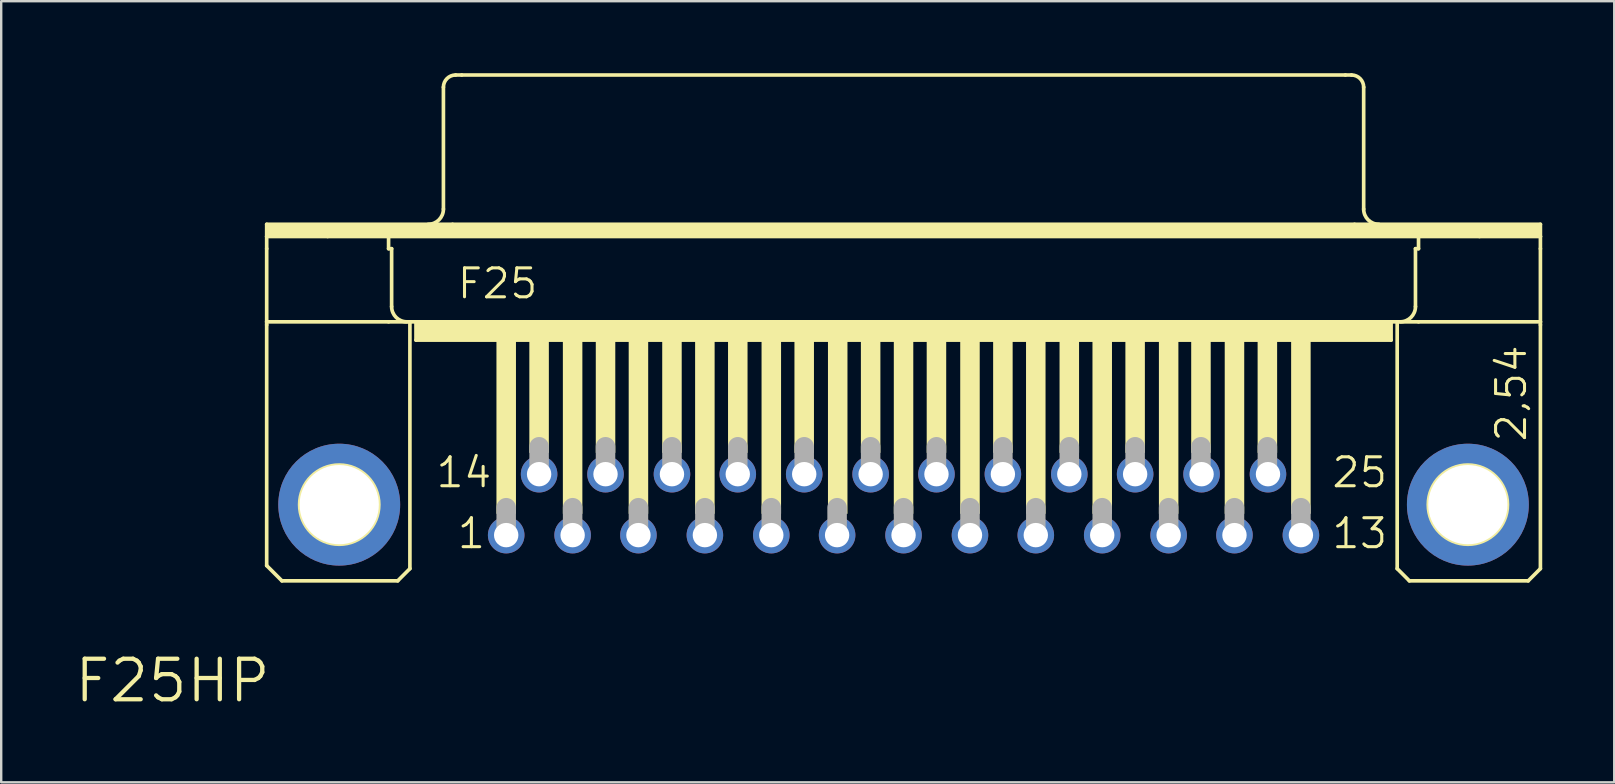
<source format=kicad_pcb>
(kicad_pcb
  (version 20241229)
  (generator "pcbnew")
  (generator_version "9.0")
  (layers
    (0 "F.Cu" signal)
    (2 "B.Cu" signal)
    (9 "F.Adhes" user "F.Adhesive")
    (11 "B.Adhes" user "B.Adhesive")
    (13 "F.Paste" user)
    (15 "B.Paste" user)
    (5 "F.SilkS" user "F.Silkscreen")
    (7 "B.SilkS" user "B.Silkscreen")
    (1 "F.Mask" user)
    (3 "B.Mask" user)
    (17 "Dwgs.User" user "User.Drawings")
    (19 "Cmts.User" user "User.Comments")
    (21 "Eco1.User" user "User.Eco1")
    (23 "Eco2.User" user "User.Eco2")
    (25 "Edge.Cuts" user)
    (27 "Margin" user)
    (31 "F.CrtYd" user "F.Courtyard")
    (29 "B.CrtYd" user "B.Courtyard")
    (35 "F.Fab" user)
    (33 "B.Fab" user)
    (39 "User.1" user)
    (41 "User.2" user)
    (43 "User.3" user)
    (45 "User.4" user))
  (footprint "F25HP"
    (layer "F.Cu")
    (at 34.608 17.983)
    (property "Reference" "F25HP" (at -26.289 6.35 0) (layer "F.SilkS") (effects (font (size 1.689 1.689) (thickness 0.178)) (justify right top)))
    (attr through_hole)
    (fp_line (start -26.543 -11.684) (end -18.796 -11.684) (stroke (width 0.152) (type solid)) (layer "F.SilkS"))
    (fp_line (start -26.543 -11.176) (end -26.543 -11.684) (stroke (width 0.152) (type solid)) (layer "F.SilkS"))
    (fp_line (start -26.543 -11.176) (end -24.003 -11.176) (stroke (width 0.152) (type solid)) (layer "F.SilkS"))
    (fp_line (start -26.543 -10.668) (end -26.543 -11.176) (stroke (width 0.152) (type solid)) (layer "F.SilkS"))
    (fp_line (start -26.543 -7.62) (end -26.543 -10.668) (stroke (width 0.152) (type solid)) (layer "F.SilkS"))
    (fp_line (start -26.543 -7.62) (end -26.543 -7.493) (stroke (width 0.152) (type solid)) (layer "F.SilkS"))
    (fp_line (start -26.543 -7.62) (end -21.463 -7.62) (stroke (width 0.152) (type solid)) (layer "F.SilkS"))
    (fp_line (start -26.543 2.54) (end -26.543 -7.493) (stroke (width 0.152) (type solid)) (layer "F.SilkS"))
    (fp_line (start -25.908 3.175) (end -26.543 2.54) (stroke (width 0.152) (type solid)) (layer "F.SilkS"))
    (fp_line (start -24.003 -11.176) (end -21.463 -11.176) (stroke (width 0.152) (type solid)) (layer "F.SilkS"))
    (fp_line (start -21.463 -11.176) (end 21.463 -11.176) (stroke (width 0.152) (type solid)) (layer "F.SilkS"))
    (fp_line (start -21.463 -10.668) (end -21.463 -11.176) (stroke (width 0.152) (type solid)) (layer "F.SilkS"))
    (fp_line (start -21.463 -10.668) (end -21.336 -10.668) (stroke (width 0.152) (type solid)) (layer "F.SilkS"))
    (fp_line (start -21.463 -7.62) (end -20.574 -7.62) (stroke (width 0.152) (type solid)) (layer "F.SilkS"))
    (fp_line (start -21.336 -8.255) (end -21.336 -10.668) (stroke (width 0.152) (type solid)) (layer "F.SilkS"))
    (fp_line (start -21.082 3.175) (end -25.908 3.175) (stroke (width 0.152) (type solid)) (layer "F.SilkS"))
    (fp_line (start -21.082 3.175) (end -20.574 2.667) (stroke (width 0.152) (type solid)) (layer "F.SilkS"))
    (fp_line (start -20.574 -7.62) (end -20.32 -7.62) (stroke (width 0.152) (type solid)) (layer "F.SilkS"))
    (fp_line (start -20.574 2.667) (end -20.574 -7.62) (stroke (width 0.152) (type solid)) (layer "F.SilkS"))
    (fp_line (start -20.32 -7.62) (end -20.32 -6.858) (stroke (width 0.152) (type solid)) (layer "F.SilkS"))
    (fp_line (start -20.32 -7.62) (end 20.32 -7.62) (stroke (width 0.152) (type solid)) (layer "F.SilkS"))
    (fp_line (start -20.32 -6.858) (end 20.32 -6.858) (stroke (width 0.152) (type solid)) (layer "F.SilkS"))
    (fp_line (start -19.177 -12.319) (end -19.177 -17.399) (stroke (width 0.152) (type solid)) (layer "F.SilkS"))
    (fp_line (start -18.796 -11.684) (end 18.796 -11.684) (stroke (width 0.152) (type solid)) (layer "F.SilkS"))
    (fp_line (start -18.669 -17.907) (end -18.415 -17.907) (stroke (width 0.152) (type solid)) (layer "F.SilkS"))
    (fp_line (start -18.415 -17.907) (end 18.415 -17.907) (stroke (width 0.152) (type solid)) (layer "F.SilkS"))
    (fp_line (start 18.415 -17.907) (end 18.669 -17.907) (stroke (width 0.152) (type solid)) (layer "F.SilkS"))
    (fp_line (start 18.796 -11.684) (end 26.543 -11.684) (stroke (width 0.152) (type solid)) (layer "F.SilkS"))
    (fp_line (start 19.177 -12.319) (end 19.177 -17.399) (stroke (width 0.152) (type solid)) (layer "F.SilkS"))
    (fp_line (start 20.32 -7.62) (end 20.32 -6.858) (stroke (width 0.152) (type solid)) (layer "F.SilkS"))
    (fp_line (start 20.32 -7.62) (end 20.574 -7.62) (stroke (width 0.152) (type solid)) (layer "F.SilkS"))
    (fp_line (start 20.574 -7.62) (end 21.463 -7.62) (stroke (width 0.152) (type solid)) (layer "F.SilkS"))
    (fp_line (start 20.574 2.667) (end 20.574 -7.62) (stroke (width 0.152) (type solid)) (layer "F.SilkS"))
    (fp_line (start 20.574 2.667) (end 21.082 3.175) (stroke (width 0.152) (type solid)) (layer "F.SilkS"))
    (fp_line (start 21.082 3.175) (end 26.035 3.175) (stroke (width 0.152) (type solid)) (layer "F.SilkS"))
    (fp_line (start 21.336 -10.668) (end 21.463 -10.668) (stroke (width 0.152) (type solid)) (layer "F.SilkS"))
    (fp_line (start 21.336 -8.255) (end 21.336 -10.668) (stroke (width 0.152) (type solid)) (layer "F.SilkS"))
    (fp_line (start 21.463 -11.176) (end 24.003 -11.176) (stroke (width 0.152) (type solid)) (layer "F.SilkS"))
    (fp_line (start 21.463 -10.668) (end 21.463 -11.176) (stroke (width 0.152) (type solid)) (layer "F.SilkS"))
    (fp_line (start 21.463 -7.62) (end 26.543 -7.62) (stroke (width 0.152) (type solid)) (layer "F.SilkS"))
    (fp_line (start 24.003 -11.176) (end 26.543 -11.176) (stroke (width 0.152) (type solid)) (layer "F.SilkS"))
    (fp_line (start 26.035 3.175) (end 26.543 2.667) (stroke (width 0.152) (type solid)) (layer "F.SilkS"))
    (fp_line (start 26.543 -11.684) (end 26.543 -11.176) (stroke (width 0.152) (type solid)) (layer "F.SilkS"))
    (fp_line (start 26.543 -11.176) (end 26.543 -10.668) (stroke (width 0.152) (type solid)) (layer "F.SilkS"))
    (fp_line (start 26.543 -10.668) (end 26.543 -7.62) (stroke (width 0.152) (type solid)) (layer "F.SilkS"))
    (fp_line (start 26.543 -7.62) (end 26.543 -7.493) (stroke (width 0.152) (type solid)) (layer "F.SilkS"))
    (fp_line (start 26.543 2.667) (end 26.543 -7.493) (stroke (width 0.152) (type solid)) (layer "F.SilkS"))
    (fp_arc (start -20.701 -7.62) (mid -21.150013 -7.805987) (end -21.336 -8.255) (stroke (width 0.1524) (type solid)) (layer "F.SilkS"))
    (fp_arc (start -19.177 -17.399) (mid -19.02821 -17.75821) (end -18.669 -17.907) (stroke (width 0.1524) (type solid)) (layer "F.SilkS"))
    (fp_arc (start -19.177 -12.319) (mid -19.362987 -11.869987) (end -19.812 -11.684) (stroke (width 0.1524) (type solid)) (layer "F.SilkS"))
    (fp_arc (start 18.669 -17.907) (mid 19.02821 -17.75821) (end 19.177 -17.399) (stroke (width 0.1524) (type solid)) (layer "F.SilkS"))
    (fp_arc (start 19.812 -11.684) (mid 19.362987 -11.869987) (end 19.177 -12.319) (stroke (width 0.1524) (type solid)) (layer "F.SilkS"))
    (fp_arc (start 21.336 -8.255) (mid 21.150013 -7.805987) (end 20.701 -7.62) (stroke (width 0.1524) (type solid)) (layer "F.SilkS"))
    (fp_circle (center -23.52 0) (end -21.869 0) (stroke (width 0.152) (type solid)) (fill no) (layer "F.SilkS"))
    (fp_circle (center 23.52 0) (end 25.171 0) (stroke (width 0.152) (type solid)) (fill no) (layer "F.SilkS"))
    (fp_poly (pts (xy -26.543 -11.176) (xy 26.543 -11.176) (xy 26.543 -11.684) (xy -26.543 -11.684)) (stroke (width 0) (type solid)) (fill yes) (layer "F.SilkS"))
    (fp_poly (pts (xy -20.32 -6.858) (xy 20.32 -6.858) (xy 20.32 -7.62) (xy -20.32 -7.62)) (stroke (width 0) (type solid)) (fill yes) (layer "F.SilkS"))
    (fp_poly (pts (xy -16.967 0.381) (xy -16.154 0.381) (xy -16.154 -6.858) (xy -16.967 -6.858)) (stroke (width 0) (type solid)) (fill yes) (layer "F.SilkS"))
    (fp_poly (pts (xy -15.596 -2.159) (xy -14.783 -2.159) (xy -14.783 -6.858) (xy -15.596 -6.858)) (stroke (width 0) (type solid)) (fill yes) (layer "F.SilkS"))
    (fp_poly (pts (xy -14.199 0.381) (xy -13.386 0.381) (xy -13.386 -6.858) (xy -14.199 -6.858)) (stroke (width 0) (type solid)) (fill yes) (layer "F.SilkS"))
    (fp_poly (pts (xy -12.827 -2.159) (xy -12.014 -2.159) (xy -12.014 -6.858) (xy -12.827 -6.858)) (stroke (width 0) (type solid)) (fill yes) (layer "F.SilkS"))
    (fp_poly (pts (xy -11.455 0.381) (xy -10.643 0.381) (xy -10.643 -6.858) (xy -11.455 -6.858)) (stroke (width 0) (type solid)) (fill yes) (layer "F.SilkS"))
    (fp_poly (pts (xy -10.058 -2.159) (xy -9.246 -2.159) (xy -9.246 -6.858) (xy -10.058 -6.858)) (stroke (width 0) (type solid)) (fill yes) (layer "F.SilkS"))
    (fp_poly (pts (xy -8.687 0.381) (xy -7.874 0.381) (xy -7.874 -6.858) (xy -8.687 -6.858)) (stroke (width 0) (type solid)) (fill yes) (layer "F.SilkS"))
    (fp_poly (pts (xy -7.315 -2.159) (xy -6.502 -2.159) (xy -6.502 -6.858) (xy -7.315 -6.858)) (stroke (width 0) (type solid)) (fill yes) (layer "F.SilkS"))
    (fp_poly (pts (xy -5.918 0.381) (xy -5.105 0.381) (xy -5.105 -6.858) (xy -5.918 -6.858)) (stroke (width 0) (type solid)) (fill yes) (layer "F.SilkS"))
    (fp_poly (pts (xy -4.547 -2.159) (xy -3.734 -2.159) (xy -3.734 -6.858) (xy -4.547 -6.858)) (stroke (width 0) (type solid)) (fill yes) (layer "F.SilkS"))
    (fp_poly (pts (xy -3.15 0.381) (xy -2.337 0.381) (xy -2.337 -6.858) (xy -3.15 -6.858)) (stroke (width 0) (type solid)) (fill yes) (layer "F.SilkS"))
    (fp_poly (pts (xy -1.778 -2.159) (xy -0.965 -2.159) (xy -0.965 -6.858) (xy -1.778 -6.858)) (stroke (width 0) (type solid)) (fill yes) (layer "F.SilkS"))
    (fp_poly (pts (xy -0.406 0.381) (xy 0.406 0.381) (xy 0.406 -6.858) (xy -0.406 -6.858)) (stroke (width 0) (type solid)) (fill yes) (layer "F.SilkS"))
    (fp_poly (pts (xy 0.965 -2.159) (xy 1.778 -2.159) (xy 1.778 -6.858) (xy 0.965 -6.858)) (stroke (width 0) (type solid)) (fill yes) (layer "F.SilkS"))
    (fp_poly (pts (xy 2.362 0.381) (xy 3.175 0.381) (xy 3.175 -6.858) (xy 2.362 -6.858)) (stroke (width 0) (type solid)) (fill yes) (layer "F.SilkS"))
    (fp_poly (pts (xy 3.734 -2.159) (xy 4.547 -2.159) (xy 4.547 -6.858) (xy 3.734 -6.858)) (stroke (width 0) (type solid)) (fill yes) (layer "F.SilkS"))
    (fp_poly (pts (xy 5.105 0.381) (xy 5.918 0.381) (xy 5.918 -6.858) (xy 5.105 -6.858)) (stroke (width 0) (type solid)) (fill yes) (layer "F.SilkS"))
    (fp_poly (pts (xy 6.502 -2.159) (xy 7.315 -2.159) (xy 7.315 -6.858) (xy 6.502 -6.858)) (stroke (width 0) (type solid)) (fill yes) (layer "F.SilkS"))
    (fp_poly (pts (xy 7.874 0.381) (xy 8.687 0.381) (xy 8.687 -6.858) (xy 7.874 -6.858)) (stroke (width 0) (type solid)) (fill yes) (layer "F.SilkS"))
    (fp_poly (pts (xy 9.246 -2.159) (xy 10.058 -2.159) (xy 10.058 -6.858) (xy 9.246 -6.858)) (stroke (width 0) (type solid)) (fill yes) (layer "F.SilkS"))
    (fp_poly (pts (xy 10.643 0.381) (xy 11.455 0.381) (xy 11.455 -6.858) (xy 10.643 -6.858)) (stroke (width 0) (type solid)) (fill yes) (layer "F.SilkS"))
    (fp_poly (pts (xy 11.989 -2.159) (xy 12.802 -2.159) (xy 12.802 -6.858) (xy 11.989 -6.858)) (stroke (width 0) (type solid)) (fill yes) (layer "F.SilkS"))
    (fp_poly (pts (xy 13.386 0.381) (xy 14.199 0.381) (xy 14.199 -6.858) (xy 13.386 -6.858)) (stroke (width 0) (type solid)) (fill yes) (layer "F.SilkS"))
    (fp_poly (pts (xy 14.757 -2.159) (xy 15.57 -2.159) (xy 15.57 -6.858) (xy 14.757 -6.858)) (stroke (width 0) (type solid)) (fill yes) (layer "F.SilkS"))
    (fp_poly (pts (xy 16.154 0.381) (xy 16.967 0.381) (xy 16.967 -6.858) (xy 16.154 -6.858)) (stroke (width 0) (type solid)) (fill yes) (layer "F.SilkS"))
    (fp_line (start -16.561 1.143) (end -16.561 0.127) (stroke (width 0.813) (type solid)) (layer "F.Fab"))
    (fp_line (start -15.189 -1.397) (end -15.189 -2.413) (stroke (width 0.813) (type solid)) (layer "F.Fab"))
    (fp_line (start -13.792 1.143) (end -13.792 0.127) (stroke (width 0.813) (type solid)) (layer "F.Fab"))
    (fp_line (start -12.421 -1.397) (end -12.421 -2.413) (stroke (width 0.813) (type solid)) (layer "F.Fab"))
    (fp_line (start -11.049 1.143) (end -11.049 0.127) (stroke (width 0.813) (type solid)) (layer "F.Fab"))
    (fp_line (start -9.652 -1.397) (end -9.652 -2.413) (stroke (width 0.813) (type solid)) (layer "F.Fab"))
    (fp_line (start -8.28 1.143) (end -8.28 0.127) (stroke (width 0.813) (type solid)) (layer "F.Fab"))
    (fp_line (start -6.909 -1.397) (end -6.909 -2.413) (stroke (width 0.813) (type solid)) (layer "F.Fab"))
    (fp_line (start -5.512 1.143) (end -5.512 0.127) (stroke (width 0.813) (type solid)) (layer "F.Fab"))
    (fp_line (start -4.14 -1.397) (end -4.14 -2.413) (stroke (width 0.813) (type solid)) (layer "F.Fab"))
    (fp_line (start -2.769 1.143) (end -2.769 0.127) (stroke (width 0.813) (type solid)) (layer "F.Fab"))
    (fp_line (start -1.372 -1.397) (end -1.372 -2.413) (stroke (width 0.813) (type solid)) (layer "F.Fab"))
    (fp_line (start 0 1.143) (end 0 0.127) (stroke (width 0.813) (type solid)) (layer "F.Fab"))
    (fp_line (start 1.372 -1.397) (end 1.372 -2.413) (stroke (width 0.813) (type solid)) (layer "F.Fab"))
    (fp_line (start 2.769 1.143) (end 2.769 0.127) (stroke (width 0.813) (type solid)) (layer "F.Fab"))
    (fp_line (start 4.14 -1.397) (end 4.14 -2.413) (stroke (width 0.813) (type solid)) (layer "F.Fab"))
    (fp_line (start 5.512 1.143) (end 5.512 0.127) (stroke (width 0.813) (type solid)) (layer "F.Fab"))
    (fp_line (start 6.909 -1.397) (end 6.909 -2.413) (stroke (width 0.813) (type solid)) (layer "F.Fab"))
    (fp_line (start 8.28 1.143) (end 8.28 0.127) (stroke (width 0.813) (type solid)) (layer "F.Fab"))
    (fp_line (start 9.652 -1.397) (end 9.652 -2.413) (stroke (width 0.813) (type solid)) (layer "F.Fab"))
    (fp_line (start 11.049 1.143) (end 11.049 0.127) (stroke (width 0.813) (type solid)) (layer "F.Fab"))
    (fp_line (start 12.395 -1.397) (end 12.395 -2.413) (stroke (width 0.813) (type solid)) (layer "F.Fab"))
    (fp_line (start 13.792 1.143) (end 13.792 0.127) (stroke (width 0.813) (type solid)) (layer "F.Fab"))
    (fp_line (start 15.164 -1.397) (end 15.164 -2.413) (stroke (width 0.813) (type solid)) (layer "F.Fab"))
    (fp_line (start 16.561 1.143) (end 16.561 0.127) (stroke (width 0.813) (type solid)) (layer "F.Fab"))
    (fp_text user "1" (at -18.669 1.905 0) (layer "F.SilkS") (effects (font (size 1.206 1.206) (thickness 0.127)) (justify left bottom)))
    (fp_text user "2,54" (at 26.035 -2.54 90) (layer "F.SilkS") (effects (font (size 1.206 1.206) (thickness 0.127)) (justify left bottom)))
    (fp_text user "13" (at 17.78 1.905 0) (layer "F.SilkS") (effects (font (size 1.206 1.206) (thickness 0.127)) (justify left bottom)))
    (fp_text user "25" (at 17.78 -0.635 0) (layer "F.SilkS") (effects (font (size 1.206 1.206) (thickness 0.127)) (justify left bottom)))
    (fp_text user "14" (at -19.558 -0.635 0) (layer "F.SilkS") (effects (font (size 1.206 1.206) (thickness 0.127)) (justify left bottom)))
    (fp_text user "F25" (at -18.669 -8.509 0) (layer "F.SilkS") (effects (font (size 1.206 1.206) (thickness 0.127)) (justify left bottom)))
    (pad "1" thru_hole circle (at -16.561 1.27) (size 1.524 1.524) (drill 1.016) (layers "*.Cu" "*.Mask"))
    (pad "2" thru_hole circle (at -13.792 1.27) (size 1.524 1.524) (drill 1.016) (layers "*.Cu" "*.Mask"))
    (pad "3" thru_hole circle (at -11.049 1.27) (size 1.524 1.524) (drill 1.016) (layers "*.Cu" "*.Mask"))
    (pad "4" thru_hole circle (at -8.28 1.27) (size 1.524 1.524) (drill 1.016) (layers "*.Cu" "*.Mask"))
    (pad "5" thru_hole circle (at -5.512 1.27) (size 1.524 1.524) (drill 1.016) (layers "*.Cu" "*.Mask"))
    (pad "6" thru_hole circle (at -2.769 1.27) (size 1.524 1.524) (drill 1.016) (layers "*.Cu" "*.Mask"))
    (pad "7" thru_hole circle (at 0 1.27) (size 1.524 1.524) (drill 1.016) (layers "*.Cu" "*.Mask"))
    (pad "8" thru_hole circle (at 2.769 1.27) (size 1.524 1.524) (drill 1.016) (layers "*.Cu" "*.Mask"))
    (pad "9" thru_hole circle (at 5.512 1.27) (size 1.524 1.524) (drill 1.016) (layers "*.Cu" "*.Mask"))
    (pad "10" thru_hole circle (at 8.28 1.27) (size 1.524 1.524) (drill 1.016) (layers "*.Cu" "*.Mask"))
    (pad "11" thru_hole circle (at 11.049 1.27) (size 1.524 1.524) (drill 1.016) (layers "*.Cu" "*.Mask"))
    (pad "12" thru_hole circle (at 13.792 1.27) (size 1.524 1.524) (drill 1.016) (layers "*.Cu" "*.Mask"))
    (pad "13" thru_hole circle (at 16.561 1.27) (size 1.524 1.524) (drill 1.016) (layers "*.Cu" "*.Mask"))
    (pad "14" thru_hole circle (at -15.189 -1.27) (size 1.524 1.524) (drill 1.016) (layers "*.Cu" "*.Mask"))
    (pad "15" thru_hole circle (at -12.421 -1.27) (size 1.524 1.524) (drill 1.016) (layers "*.Cu" "*.Mask"))
    (pad "16" thru_hole circle (at -9.652 -1.27) (size 1.524 1.524) (drill 1.016) (layers "*.Cu" "*.Mask"))
    (pad "17" thru_hole circle (at -6.909 -1.27) (size 1.524 1.524) (drill 1.016) (layers "*.Cu" "*.Mask"))
    (pad "18" thru_hole circle (at -4.14 -1.27) (size 1.524 1.524) (drill 1.016) (layers "*.Cu" "*.Mask"))
    (pad "19" thru_hole circle (at -1.372 -1.27) (size 1.524 1.524) (drill 1.016) (layers "*.Cu" "*.Mask"))
    (pad "20" thru_hole circle (at 1.372 -1.27) (size 1.524 1.524) (drill 1.016) (layers "*.Cu" "*.Mask"))
    (pad "21" thru_hole circle (at 4.14 -1.27) (size 1.524 1.524) (drill 1.016) (layers "*.Cu" "*.Mask"))
    (pad "22" thru_hole circle (at 6.909 -1.27) (size 1.524 1.524) (drill 1.016) (layers "*.Cu" "*.Mask"))
    (pad "23" thru_hole circle (at 9.652 -1.27) (size 1.524 1.524) (drill 1.016) (layers "*.Cu" "*.Mask"))
    (pad "24" thru_hole circle (at 12.421 -1.27) (size 1.524 1.524) (drill 1.016) (layers "*.Cu" "*.Mask"))
    (pad "25" thru_hole circle (at 15.189 -1.27) (size 1.524 1.524) (drill 1.016) (layers "*.Cu" "*.Mask"))
    (pad "G1" thru_hole circle (at -23.52 0) (size 5.08 5.08) (drill 3.302) (layers "*.Cu" "*.Mask"))
    (pad "G2" thru_hole circle (at 23.52 0) (size 5.08 5.08) (drill 3.302) (layers "*.Cu" "*.Mask")))
  (gr_rect
    (start -3 -3)
    (end 64.228 29.556)
    (stroke (width 0.1) (type default))
    (fill no)
    (layer "Edge.Cuts")))
</source>
